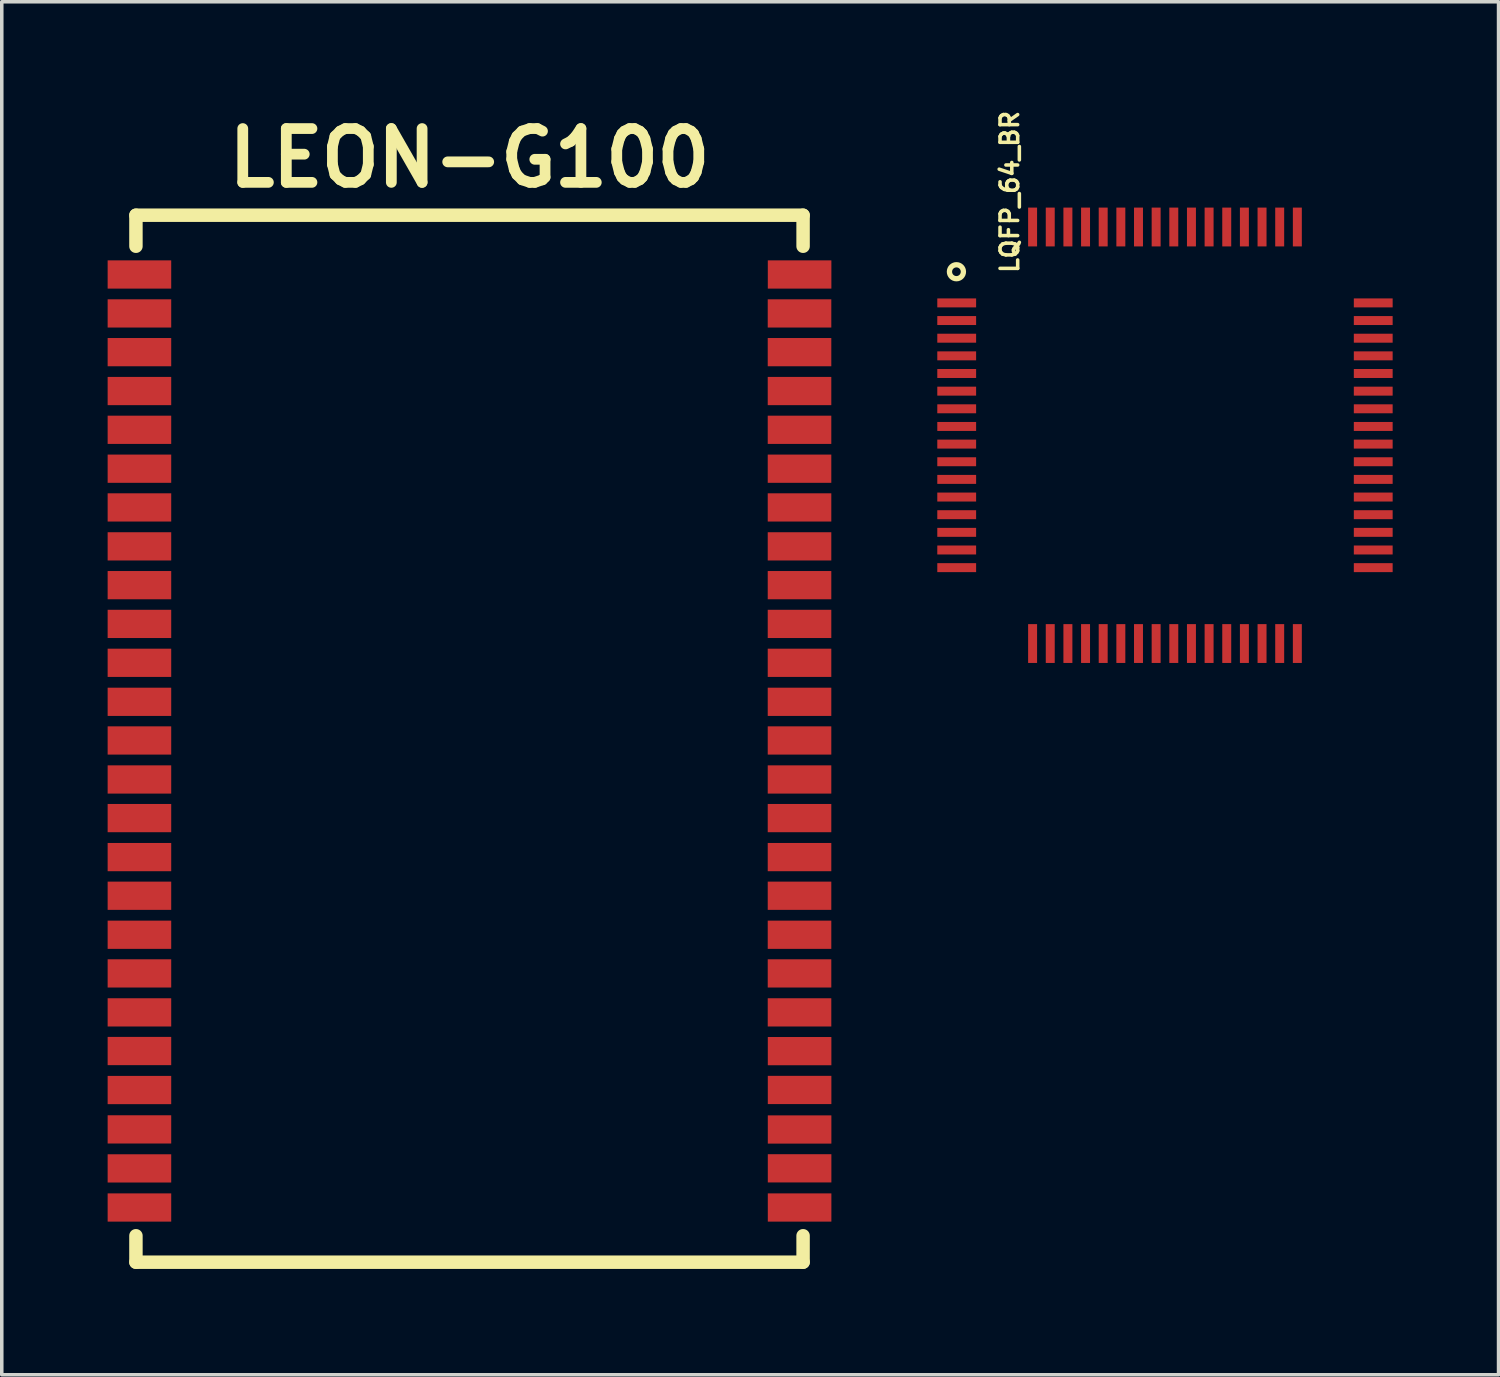
<source format=kicad_pcb>
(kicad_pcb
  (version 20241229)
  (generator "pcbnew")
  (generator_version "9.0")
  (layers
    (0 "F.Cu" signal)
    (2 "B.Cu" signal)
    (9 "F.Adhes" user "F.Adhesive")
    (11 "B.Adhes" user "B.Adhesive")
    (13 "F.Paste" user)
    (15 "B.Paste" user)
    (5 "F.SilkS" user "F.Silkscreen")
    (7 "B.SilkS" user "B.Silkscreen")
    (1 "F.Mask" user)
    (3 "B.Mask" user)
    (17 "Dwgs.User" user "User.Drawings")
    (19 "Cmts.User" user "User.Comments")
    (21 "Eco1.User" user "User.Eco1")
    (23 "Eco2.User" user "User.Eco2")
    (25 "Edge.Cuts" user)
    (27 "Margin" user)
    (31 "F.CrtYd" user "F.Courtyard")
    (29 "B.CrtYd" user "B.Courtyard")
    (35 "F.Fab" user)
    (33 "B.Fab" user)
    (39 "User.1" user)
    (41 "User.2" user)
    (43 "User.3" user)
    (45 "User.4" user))
  (footprint "LQFP_64_BR"
    (layer "F.Cu")
    (at 29.953 9.281)
    (property "Reference" "LQFP_64_BR" (at -4.399 -6.895 90) (layer "F.SilkS") (effects (font (size 0.5 0.5) (thickness 0.1))))
    (attr smd)
    (fp_circle (center -5.908 -4.633) (end -5.71 -4.633) (stroke (width 0.15) (type solid)) (fill no) (layer "F.SilkS"))
    (pad "1" smd rect (at -5.9 -3.75) (size 1.1 0.254) (layers "F.Cu" "F.Mask" "F.Paste"))
    (pad "2" smd rect (at -5.9 -3.25) (size 1.1 0.254) (layers "F.Cu" "F.Mask" "F.Paste"))
    (pad "3" smd rect (at -5.9 -2.75) (size 1.1 0.254) (layers "F.Cu" "F.Mask" "F.Paste"))
    (pad "4" smd rect (at -5.9 -2.25) (size 1.1 0.254) (layers "F.Cu" "F.Mask" "F.Paste"))
    (pad "5" smd rect (at -5.9 -1.75) (size 1.1 0.254) (layers "F.Cu" "F.Mask" "F.Paste"))
    (pad "6" smd rect (at -5.9 -1.25) (size 1.1 0.254) (layers "F.Cu" "F.Mask" "F.Paste"))
    (pad "7" smd rect (at -5.9 -0.75) (size 1.1 0.254) (layers "F.Cu" "F.Mask" "F.Paste"))
    (pad "8" smd rect (at -5.9 -0.25) (size 1.1 0.254) (layers "F.Cu" "F.Mask" "F.Paste"))
    (pad "9" smd rect (at -5.9 0.25) (size 1.1 0.254) (layers "F.Cu" "F.Mask" "F.Paste"))
    (pad "10" smd rect (at -5.9 0.75) (size 1.1 0.254) (layers "F.Cu" "F.Mask" "F.Paste"))
    (pad "11" smd rect (at -5.9 1.25) (size 1.1 0.254) (layers "F.Cu" "F.Mask" "F.Paste"))
    (pad "12" smd rect (at -5.9 1.75) (size 1.1 0.254) (layers "F.Cu" "F.Mask" "F.Paste"))
    (pad "13" smd rect (at -5.9 2.25) (size 1.1 0.254) (layers "F.Cu" "F.Mask" "F.Paste"))
    (pad "14" smd rect (at -5.9 2.75) (size 1.1 0.254) (layers "F.Cu" "F.Mask" "F.Paste"))
    (pad "15" smd rect (at -5.9 3.25) (size 1.1 0.254) (layers "F.Cu" "F.Mask" "F.Paste"))
    (pad "16" smd rect (at -5.9 3.75) (size 1.1 0.254) (layers "F.Cu" "F.Mask" "F.Paste"))
    (pad "17" smd rect (at -3.75 5.9) (size 0.254 1.1) (layers "F.Cu" "F.Mask" "F.Paste"))
    (pad "18" smd rect (at -3.25 5.9) (size 0.254 1.1) (layers "F.Cu" "F.Mask" "F.Paste"))
    (pad "19" smd rect (at -2.75 5.9) (size 0.254 1.1) (layers "F.Cu" "F.Mask" "F.Paste"))
    (pad "20" smd rect (at -2.25 5.9) (size 0.254 1.1) (layers "F.Cu" "F.Mask" "F.Paste"))
    (pad "21" smd rect (at -1.75 5.9) (size 0.254 1.1) (layers "F.Cu" "F.Mask" "F.Paste"))
    (pad "22" smd rect (at -1.25 5.9) (size 0.254 1.1) (layers "F.Cu" "F.Mask" "F.Paste"))
    (pad "23" smd rect (at -0.75 5.9) (size 0.254 1.1) (layers "F.Cu" "F.Mask" "F.Paste"))
    (pad "24" smd rect (at -0.25 5.9) (size 0.254 1.1) (layers "F.Cu" "F.Mask" "F.Paste"))
    (pad "25" smd rect (at 0.25 5.9) (size 0.254 1.1) (layers "F.Cu" "F.Mask" "F.Paste"))
    (pad "26" smd rect (at 0.75 5.9) (size 0.254 1.1) (layers "F.Cu" "F.Mask" "F.Paste"))
    (pad "27" smd rect (at 1.25 5.9) (size 0.254 1.1) (layers "F.Cu" "F.Mask" "F.Paste"))
    (pad "28" smd rect (at 1.75 5.9) (size 0.254 1.1) (layers "F.Cu" "F.Mask" "F.Paste"))
    (pad "29" smd rect (at 2.25 5.9) (size 0.254 1.1) (layers "F.Cu" "F.Mask" "F.Paste"))
    (pad "30" smd rect (at 2.75 5.9) (size 0.254 1.1) (layers "F.Cu" "F.Mask" "F.Paste"))
    (pad "31" smd rect (at 3.25 5.9) (size 0.254 1.1) (layers "F.Cu" "F.Mask" "F.Paste"))
    (pad "32" smd rect (at 3.75 5.9) (size 0.254 1.1) (layers "F.Cu" "F.Mask" "F.Paste"))
    (pad "33" smd rect (at 5.9 3.75) (size 1.1 0.254) (layers "F.Cu" "F.Mask" "F.Paste"))
    (pad "34" smd rect (at 5.9 3.25) (size 1.1 0.254) (layers "F.Cu" "F.Mask" "F.Paste"))
    (pad "35" smd rect (at 5.9 2.75) (size 1.1 0.254) (layers "F.Cu" "F.Mask" "F.Paste"))
    (pad "36" smd rect (at 5.9 2.25) (size 1.1 0.254) (layers "F.Cu" "F.Mask" "F.Paste"))
    (pad "37" smd rect (at 5.9 1.75) (size 1.1 0.254) (layers "F.Cu" "F.Mask" "F.Paste"))
    (pad "38" smd rect (at 5.9 1.25) (size 1.1 0.254) (layers "F.Cu" "F.Mask" "F.Paste"))
    (pad "39" smd rect (at 5.9 0.75) (size 1.1 0.254) (layers "F.Cu" "F.Mask" "F.Paste"))
    (pad "40" smd rect (at 5.9 0.25) (size 1.1 0.254) (layers "F.Cu" "F.Mask" "F.Paste"))
    (pad "41" smd rect (at 5.9 -0.25) (size 1.1 0.254) (layers "F.Cu" "F.Mask" "F.Paste"))
    (pad "42" smd rect (at 5.9 -0.75) (size 1.1 0.254) (layers "F.Cu" "F.Mask" "F.Paste"))
    (pad "43" smd rect (at 5.9 -1.25) (size 1.1 0.254) (layers "F.Cu" "F.Mask" "F.Paste"))
    (pad "44" smd rect (at 5.9 -1.75) (size 1.1 0.254) (layers "F.Cu" "F.Mask" "F.Paste"))
    (pad "45" smd rect (at 5.9 -2.25) (size 1.1 0.254) (layers "F.Cu" "F.Mask" "F.Paste"))
    (pad "46" smd rect (at 5.9 -2.75) (size 1.1 0.254) (layers "F.Cu" "F.Mask" "F.Paste"))
    (pad "47" smd rect (at 5.9 -3.25) (size 1.1 0.254) (layers "F.Cu" "F.Mask" "F.Paste"))
    (pad "48" smd rect (at 5.9 -3.75) (size 1.1 0.254) (layers "F.Cu" "F.Mask" "F.Paste"))
    (pad "49" smd rect (at 3.75 -5.9) (size 0.254 1.1) (layers "F.Cu" "F.Mask" "F.Paste"))
    (pad "50" smd rect (at 3.25 -5.9) (size 0.254 1.1) (layers "F.Cu" "F.Mask" "F.Paste"))
    (pad "51" smd rect (at 2.75 -5.9) (size 0.254 1.1) (layers "F.Cu" "F.Mask" "F.Paste"))
    (pad "52" smd rect (at 2.25 -5.9) (size 0.254 1.1) (layers "F.Cu" "F.Mask" "F.Paste"))
    (pad "53" smd rect (at 1.75 -5.9) (size 0.254 1.1) (layers "F.Cu" "F.Mask" "F.Paste"))
    (pad "54" smd rect (at 1.25 -5.9) (size 0.254 1.1) (layers "F.Cu" "F.Mask" "F.Paste"))
    (pad "55" smd rect (at 0.75 -5.9) (size 0.254 1.1) (layers "F.Cu" "F.Mask" "F.Paste"))
    (pad "56" smd rect (at 0.25 -5.9) (size 0.254 1.1) (layers "F.Cu" "F.Mask" "F.Paste"))
    (pad "57" smd rect (at -0.25 -5.9) (size 0.254 1.1) (layers "F.Cu" "F.Mask" "F.Paste"))
    (pad "58" smd rect (at -0.75 -5.9) (size 0.254 1.1) (layers "F.Cu" "F.Mask" "F.Paste"))
    (pad "59" smd rect (at -1.25 -5.9) (size 0.254 1.1) (layers "F.Cu" "F.Mask" "F.Paste"))
    (pad "60" smd rect (at -1.75 -5.9) (size 0.254 1.1) (layers "F.Cu" "F.Mask" "F.Paste"))
    (pad "61" smd rect (at -2.25 -5.9) (size 0.254 1.1) (layers "F.Cu" "F.Mask" "F.Paste"))
    (pad "62" smd rect (at -2.75 -5.9) (size 0.254 1.1) (layers "F.Cu" "F.Mask" "F.Paste"))
    (pad "63" smd rect (at -3.25 -5.9) (size 0.254 1.1) (layers "F.Cu" "F.Mask" "F.Paste"))
    (pad "64" smd rect (at -3.75 -5.9) (size 0.254 1.1) (layers "F.Cu" "F.Mask" "F.Paste")))
  (footprint "LEON-G100"
    (layer "F.Cu")
    (at 10.25 17.378)
    (property "Reference" "LEON-G100" (at 0 -15.951 0) (layer "F.SilkS") (effects (font (size 1.524 1.524) (thickness 0.305))))
    (attr through_hole)
    (fp_line (start -9.449 -14.331) (end 9.451 -14.331) (stroke (width 0.381) (type solid)) (layer "F.SilkS"))
    (fp_line (start -9.449 -13.452) (end -9.449 -14.331) (stroke (width 0.381) (type solid)) (layer "F.SilkS"))
    (fp_line (start -9.449 14.58) (end -9.449 15.329) (stroke (width 0.381) (type solid)) (layer "F.SilkS"))
    (fp_line (start -9.449 15.329) (end 9.451 15.329) (stroke (width 0.381) (type solid)) (layer "F.SilkS"))
    (fp_line (start 9.451 -14.331) (end 9.451 -13.452) (stroke (width 0.381) (type solid)) (layer "F.SilkS"))
    (fp_line (start 9.451 15.329) (end 9.451 14.58) (stroke (width 0.381) (type solid)) (layer "F.SilkS"))
    (pad "1" smd rect (at -9.35 -12.652) (size 1.801 0.8) (layers "F.Cu" "F.Mask" "F.Paste"))
    (pad "2" smd rect (at -9.35 -11.549) (size 1.801 0.8) (layers "F.Cu" "F.Mask" "F.Paste"))
    (pad "3" smd rect (at -9.35 -10.452) (size 1.801 0.8) (layers "F.Cu" "F.Mask" "F.Paste"))
    (pad "4" smd rect (at -9.35 -9.35) (size 1.801 0.8) (layers "F.Cu" "F.Mask" "F.Paste"))
    (pad "5" smd rect (at -9.35 -8.252) (size 1.801 0.8) (layers "F.Cu" "F.Mask" "F.Paste"))
    (pad "6" smd rect (at -9.35 -7.15) (size 1.801 0.8) (layers "F.Cu" "F.Mask" "F.Paste"))
    (pad "7" smd rect (at -9.35 -6.053) (size 1.801 0.8) (layers "F.Cu" "F.Mask" "F.Paste"))
    (pad "8" smd rect (at -9.35 -4.95) (size 1.801 0.8) (layers "F.Cu" "F.Mask" "F.Paste"))
    (pad "9" smd rect (at -9.35 -3.851) (size 1.801 0.8) (layers "F.Cu" "F.Mask" "F.Paste"))
    (pad "10" smd rect (at -9.35 -2.753) (size 1.801 0.8) (layers "F.Cu" "F.Mask" "F.Paste"))
    (pad "11" smd rect (at -9.35 -1.651) (size 1.801 0.8) (layers "F.Cu" "F.Mask" "F.Paste"))
    (pad "12" smd rect (at -9.35 -0.546) (size 1.801 0.8) (layers "F.Cu" "F.Mask" "F.Paste"))
    (pad "13" smd rect (at -9.35 0.549) (size 1.801 0.8) (layers "F.Cu" "F.Mask" "F.Paste"))
    (pad "14" smd rect (at -9.35 1.654) (size 1.801 0.8) (layers "F.Cu" "F.Mask" "F.Paste"))
    (pad "15" smd rect (at -9.35 2.748) (size 1.801 0.8) (layers "F.Cu" "F.Mask" "F.Paste"))
    (pad "16" smd rect (at -9.35 3.853) (size 1.801 0.8) (layers "F.Cu" "F.Mask" "F.Paste"))
    (pad "17" smd rect (at -9.35 4.948) (size 1.801 0.8) (layers "F.Cu" "F.Mask" "F.Paste"))
    (pad "18" smd rect (at -9.35 6.053) (size 1.801 0.8) (layers "F.Cu" "F.Mask" "F.Paste"))
    (pad "19" smd rect (at -9.35 7.148) (size 1.801 0.8) (layers "F.Cu" "F.Mask" "F.Paste"))
    (pad "20" smd rect (at -9.35 8.252) (size 1.801 0.8) (layers "F.Cu" "F.Mask" "F.Paste"))
    (pad "21" smd rect (at -9.35 9.347) (size 1.801 0.8) (layers "F.Cu" "F.Mask" "F.Paste"))
    (pad "22" smd rect (at -9.35 10.452) (size 1.801 0.8) (layers "F.Cu" "F.Mask" "F.Paste"))
    (pad "23" smd rect (at -9.35 11.567) (size 1.801 0.8) (layers "F.Cu" "F.Mask" "F.Paste"))
    (pad "24" smd rect (at -9.35 12.672) (size 1.801 0.8) (layers "F.Cu" "F.Mask" "F.Paste"))
    (pad "25" smd rect (at -9.35 13.78) (size 1.801 0.8) (layers "F.Cu" "F.Mask" "F.Paste"))
    (pad "26" smd rect (at 9.352 13.78) (size 1.801 0.8) (layers "F.Cu" "F.Mask" "F.Paste"))
    (pad "27" smd rect (at 9.352 12.67) (size 1.801 0.8) (layers "F.Cu" "F.Mask" "F.Paste"))
    (pad "28" smd rect (at 9.352 11.57) (size 1.801 0.8) (layers "F.Cu" "F.Mask" "F.Paste"))
    (pad "29" smd rect (at 9.352 10.45) (size 1.801 0.8) (layers "F.Cu" "F.Mask" "F.Paste"))
    (pad "30" smd rect (at 9.352 9.35) (size 1.801 0.8) (layers "F.Cu" "F.Mask" "F.Paste"))
    (pad "31" smd rect (at 9.35 8.252) (size 1.801 0.8) (layers "F.Cu" "F.Mask" "F.Paste"))
    (pad "32" smd rect (at 9.35 7.148) (size 1.801 0.8) (layers "F.Cu" "F.Mask" "F.Paste"))
    (pad "33" smd rect (at 9.35 6.053) (size 1.801 0.8) (layers "F.Cu" "F.Mask" "F.Paste"))
    (pad "34" smd rect (at 9.35 4.948) (size 1.801 0.8) (layers "F.Cu" "F.Mask" "F.Paste"))
    (pad "35" smd rect (at 9.35 3.853) (size 1.801 0.8) (layers "F.Cu" "F.Mask" "F.Paste"))
    (pad "36" smd rect (at 9.35 2.748) (size 1.801 0.8) (layers "F.Cu" "F.Mask" "F.Paste"))
    (pad "37" smd rect (at 9.35 1.654) (size 1.801 0.8) (layers "F.Cu" "F.Mask" "F.Paste"))
    (pad "38" smd rect (at 9.35 0.549) (size 1.801 0.8) (layers "F.Cu" "F.Mask" "F.Paste"))
    (pad "39" smd rect (at 9.35 -0.546) (size 1.801 0.8) (layers "F.Cu" "F.Mask" "F.Paste"))
    (pad "40" smd rect (at 9.35 -1.651) (size 1.801 0.8) (layers "F.Cu" "F.Mask" "F.Paste"))
    (pad "41" smd rect (at 9.35 -2.753) (size 1.801 0.8) (layers "F.Cu" "F.Mask" "F.Paste"))
    (pad "42" smd rect (at 9.35 -3.851) (size 1.801 0.8) (layers "F.Cu" "F.Mask" "F.Paste"))
    (pad "43" smd rect (at 9.35 -4.95) (size 1.801 0.8) (layers "F.Cu" "F.Mask" "F.Paste"))
    (pad "44" smd rect (at 9.35 -6.053) (size 1.801 0.8) (layers "F.Cu" "F.Mask" "F.Paste"))
    (pad "45" smd rect (at 9.35 -7.15) (size 1.801 0.8) (layers "F.Cu" "F.Mask" "F.Paste"))
    (pad "46" smd rect (at 9.35 -8.252) (size 1.801 0.8) (layers "F.Cu" "F.Mask" "F.Paste"))
    (pad "47" smd rect (at 9.35 -9.35) (size 1.801 0.8) (layers "F.Cu" "F.Mask" "F.Paste"))
    (pad "48" smd rect (at 9.35 -10.452) (size 1.801 0.8) (layers "F.Cu" "F.Mask" "F.Paste"))
    (pad "49" smd rect (at 9.35 -11.549) (size 1.801 0.8) (layers "F.Cu" "F.Mask" "F.Paste"))
    (pad "50" smd rect (at 9.352 -12.652) (size 1.801 0.8) (layers "F.Cu" "F.Mask" "F.Paste")))
  (gr_rect
    (start -3 -3)
    (end 39.403 35.897)
    (stroke (width 0.1) (type default))
    (fill no)
    (layer "Edge.Cuts")))
</source>
